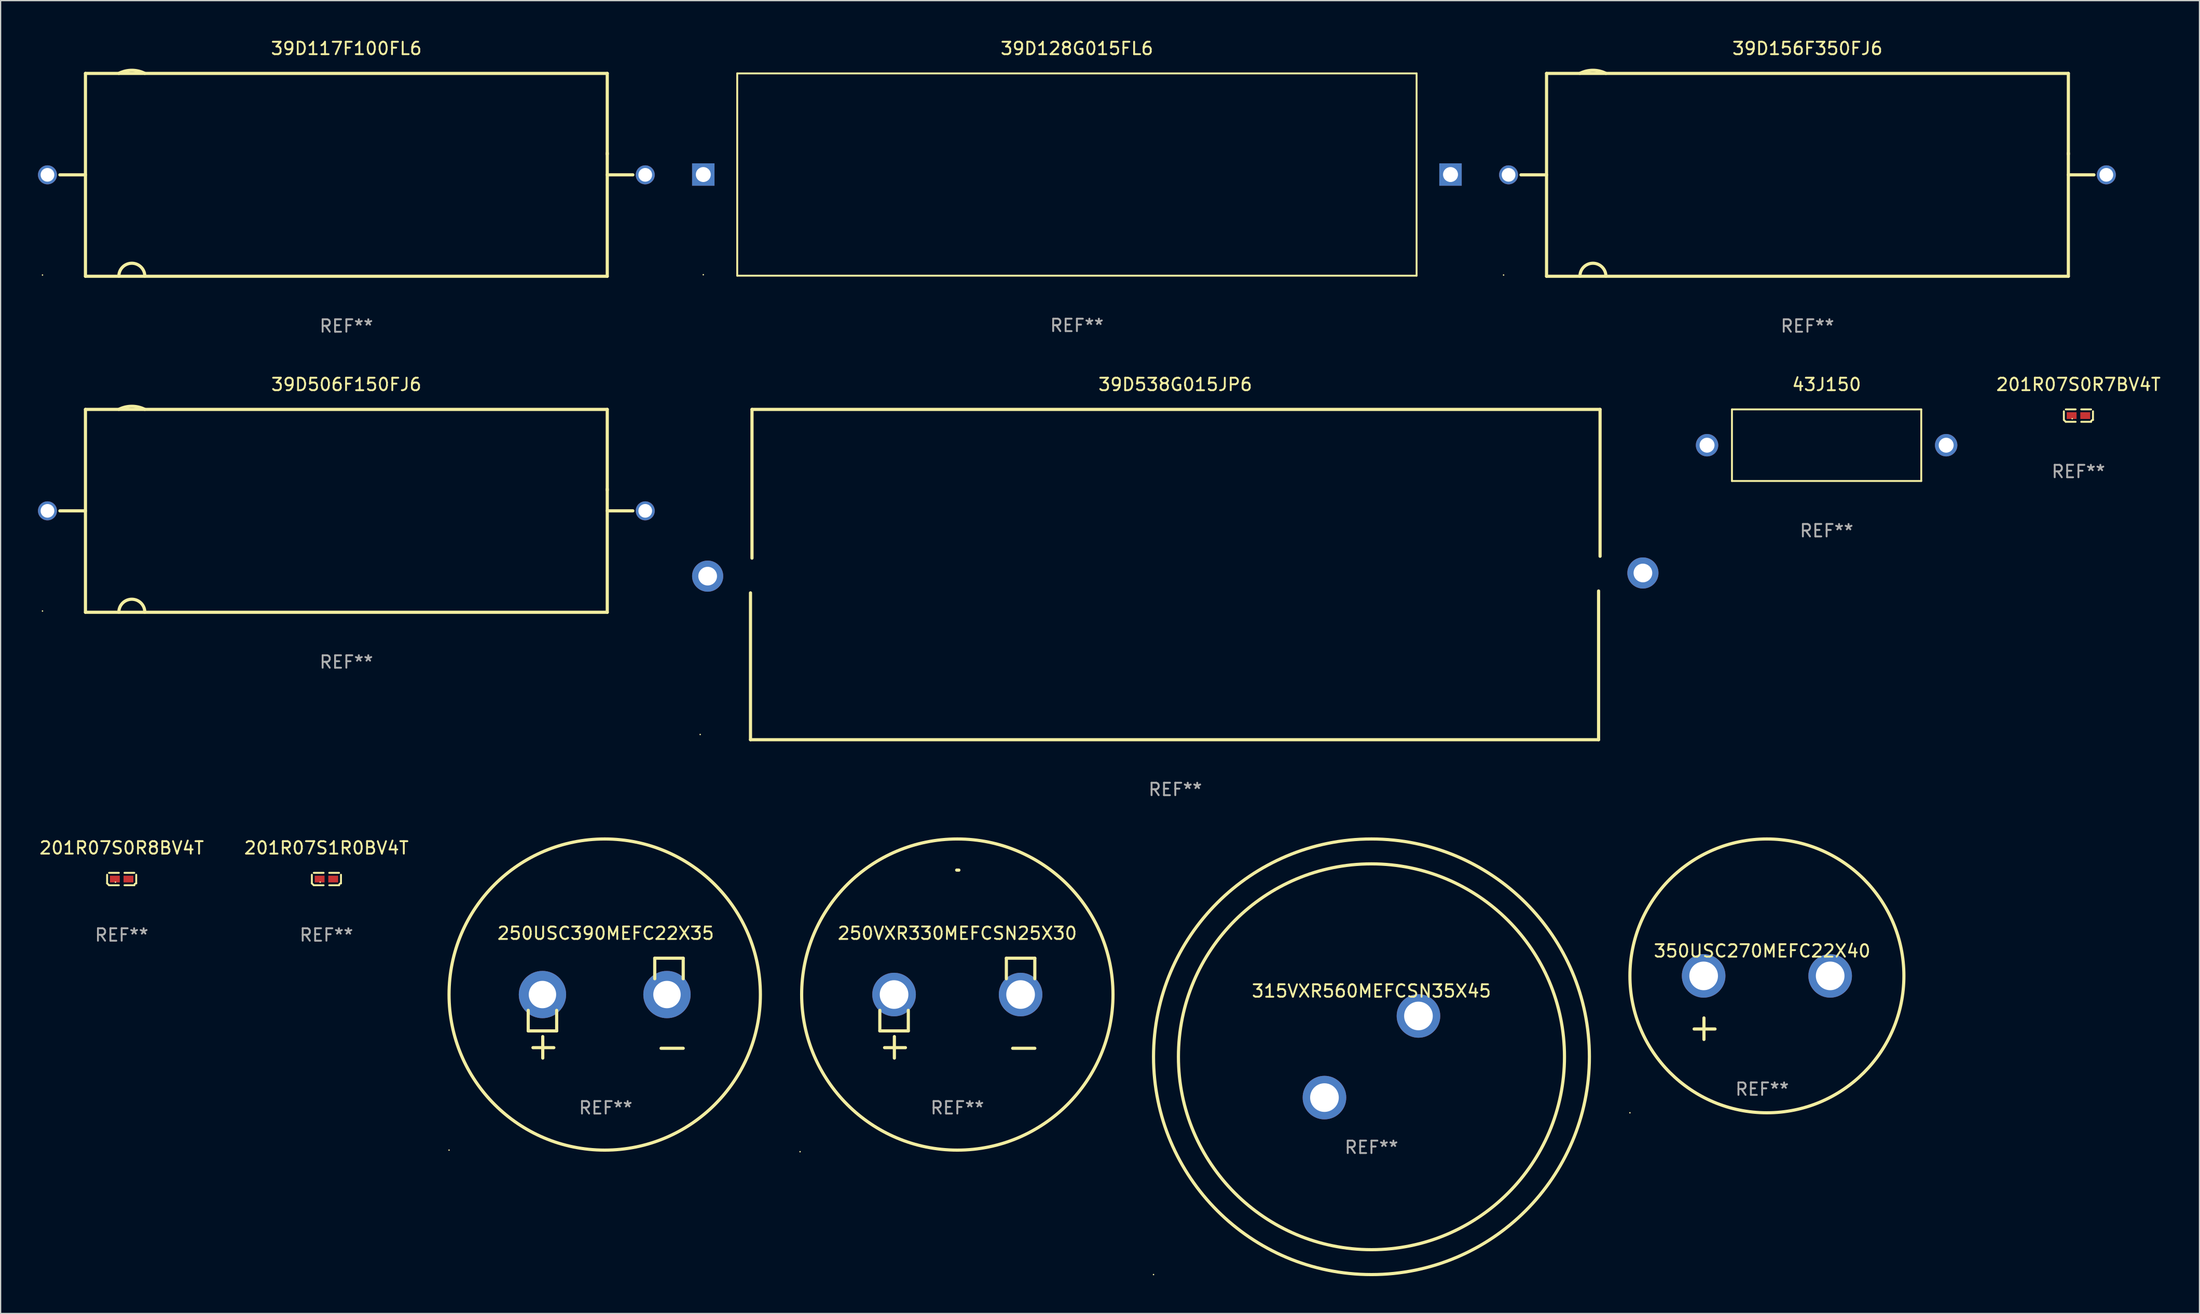
<source format=kicad_pcb>
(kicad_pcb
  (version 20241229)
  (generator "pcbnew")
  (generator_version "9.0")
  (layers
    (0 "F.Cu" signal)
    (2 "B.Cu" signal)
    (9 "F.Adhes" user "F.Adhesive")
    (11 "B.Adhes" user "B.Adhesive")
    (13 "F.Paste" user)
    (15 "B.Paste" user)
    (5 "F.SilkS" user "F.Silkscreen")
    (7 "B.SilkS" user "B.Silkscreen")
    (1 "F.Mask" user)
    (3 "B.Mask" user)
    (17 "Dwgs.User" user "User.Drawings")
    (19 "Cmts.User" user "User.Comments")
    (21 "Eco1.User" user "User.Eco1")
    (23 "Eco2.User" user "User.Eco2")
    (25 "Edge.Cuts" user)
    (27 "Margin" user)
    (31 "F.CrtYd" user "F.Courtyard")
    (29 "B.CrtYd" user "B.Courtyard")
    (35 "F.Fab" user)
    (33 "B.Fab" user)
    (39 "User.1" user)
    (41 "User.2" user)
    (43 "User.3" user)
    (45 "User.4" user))
  (footprint "39D538G015JP6"
    (layer "F.Cu")
    (at 91.324 43.115)
    (property "Reference" "39D538G015JP6" (at 0 -15.27 0) (layer "F.SilkS") (effects (font (size 1 1) (thickness 0.15))))
    (attr through_hole)
    (fp_line (start -34.11 13.27) (end -34.11 1.47) (stroke (width 0.254) (type solid)) (layer "F.SilkS"))
    (fp_line (start -33.99 -13.27) (end 34.11 -13.27) (stroke (width 0.254) (type solid)) (layer "F.SilkS"))
    (fp_line (start -33.99 -1.32) (end -33.99 -13.27) (stroke (width 0.254) (type solid)) (layer "F.SilkS"))
    (fp_line (start 33.99 1.32) (end 33.99 13.27) (stroke (width 0.254) (type solid)) (layer "F.SilkS"))
    (fp_line (start 33.99 13.27) (end -34.11 13.27) (stroke (width 0.254) (type solid)) (layer "F.SilkS"))
    (fp_line (start 34.11 -13.27) (end 34.11 -1.47) (stroke (width 0.254) (type solid)) (layer "F.SilkS"))
    (fp_circle (center -38.15 12.85) (end -38.12 12.85) (stroke (width 0.06) (type solid)) (fill no) (layer "F.SilkS"))
    (fp_text user "REF**" (at 0 17.27 0) (layer "F.Fab") (effects (font (size 1 1) (thickness 0.15))))
    (pad "1" thru_hole circle (at -37.55 0.127) (size 2.5 2.5) (drill 1.5) (layers "*.Cu" "*.Mask"))
    (pad "2" thru_hole circle (at 37.55 -0.127) (size 2.5 2.5) (drill 1.5) (layers "*.Cu" "*.Mask")))
  (footprint "315VXR560MEFCSN35X45"
    (layer "F.Cu")
    (at 107.076 81.86)
    (property "Reference" "315VXR560MEFCSN35X45" (at 0 -5.28 0) (layer "F.SilkS") (effects (font (size 1 1) (thickness 0.15))))
    (attr through_hole)
    (fp_circle (center -17.5 17.5) (end -17.47 17.5) (stroke (width 0.06) (type solid)) (fill no) (layer "F.SilkS"))
    (fp_circle (center 0.000127 0) (end 15.5 0) (stroke (width 0.254) (type solid)) (fill no) (layer "F.SilkS"))
    (fp_circle (center 0.000127 0) (end 17.5 0) (stroke (width 0.254) (type solid)) (fill no) (layer "F.SilkS"))
    (fp_text user "-" (at 3.792 -0.019 0) (layer "B.Mask") (effects (font (size 1 1) (thickness 0.15))))
    (fp_text user "+" (at -2.209 6.481 0) (layer "B.Mask") (effects (font (size 1 1) (thickness 0.15))))
    (fp_text user "REF**" (at 0 7.28 0) (layer "F.Fab") (effects (font (size 1 1) (thickness 0.15))))
    (pad "1" thru_hole circle (at -3.774 3.28) (size 3.5 3.5) (drill 2.3) (layers "*.Cu" "*.Mask"))
    (pad "2" thru_hole circle (at 3.774 -3.28) (size 3.5 3.5) (drill 2.3) (layers "*.Cu" "*.Mask")))
  (footprint "350USC270MEFC22X40"
    (layer "F.Cu")
    (at 138.449 77.913)
    (property "Reference" "350USC270MEFC22X40" (at 0 -4.553 0) (layer "F.SilkS") (effects (font (size 1 1) (thickness 0.15))))
    (attr through_hole)
    (fp_line (start -4.674 2.553) (end -4.674 0.826) (stroke (width 0.254) (type solid)) (layer "F.SilkS"))
    (fp_line (start -3.785 1.715) (end -5.461 1.715) (stroke (width 0.254) (type solid)) (layer "F.SilkS"))
    (fp_circle (center -10.619 8.447) (end -10.589 8.447) (stroke (width 0.06) (type solid)) (fill no) (layer "F.SilkS"))
    (fp_circle (center 0.381 -2.553) (end 11.381 -2.553) (stroke (width 0.254) (type solid)) (fill no) (layer "F.SilkS"))
    (fp_text user "REF**" (at 0 6.553 0) (layer "F.Fab") (effects (font (size 1 1) (thickness 0.15))))
    (pad "1" thru_hole circle (at -4.699 -2.553) (size 3.5 3.5) (drill 2.3) (layers "*.Cu" "*.Mask"))
    (pad "2" thru_hole circle (at 5.461 -2.553) (size 3.5 3.5) (drill 2.3) (layers "*.Cu" "*.Mask")))
  (footprint "39D117F100FL6"
    (layer "F.Cu")
    (at 24.762 10.998)
    (property "Reference" "39D117F100FL6" (at 0 -10.15 0) (layer "F.SilkS") (effects (font (size 1 1) (thickness 0.15))))
    (attr through_hole)
    (fp_line (start -23.007 -0.000013) (end -20.95 -0.000013) (stroke (width 0.254) (type solid)) (layer "F.SilkS"))
    (fp_line (start -20.95 -8.15) (end 20.95 -8.15) (stroke (width 0.254) (type solid)) (layer "F.SilkS"))
    (fp_line (start -20.95 8.15) (end -20.95 -8.15) (stroke (width 0.254) (type solid)) (layer "F.SilkS"))
    (fp_line (start 20.95 -8.15) (end 20.95 -1.65) (stroke (width 0.254) (type solid)) (layer "F.SilkS"))
    (fp_line (start 20.95 -1.75) (end 20.95 8.15) (stroke (width 0.254) (type solid)) (layer "F.SilkS"))
    (fp_line (start 20.95 8.15) (end -20.95 8.15) (stroke (width 0.254) (type solid)) (layer "F.SilkS"))
    (fp_line (start 23.007 -0.000013) (end 20.95 -0.000013) (stroke (width 0.254) (type solid)) (layer "F.SilkS"))
    (fp_arc (start -18.268783 -8.154191) (mid -17.226455 -8.400774) (end -16.183947 -8.154952) (stroke (width 0.254001) (type solid)) (layer "F.SilkS"))
    (fp_arc (start -18.268732 8.145047) (mid -17.226707 7.102629) (end -16.183896 8.14426) (stroke (width 0.254001) (type solid)) (layer "F.SilkS"))
    (fp_circle (center -24.4 8.05) (end -24.37 8.05) (stroke (width 0.06) (type solid)) (fill no) (layer "F.SilkS"))
    (fp_text user "+" (at -18.115 -4.67 0) (layer "B.Mask") (effects (font (size 1 1) (thickness 0.15))))
    (fp_text user "+" (at -18.115 0.945 0) (layer "B.Mask") (effects (font (size 1 1) (thickness 0.15))))
    (fp_text user "+" (at -18.115 6.395 0) (layer "B.Mask") (effects (font (size 1 1) (thickness 0.15))))
    (fp_text user "REF**" (at 0 12.15 0) (layer "F.Fab") (effects (font (size 1 1) (thickness 0.15))))
    (pad "1" thru_hole circle (at -24 -0.000013) (size 1.524 1.524) (drill 1.1) (layers "*.Cu" "*.Mask"))
    (pad "2" thru_hole circle (at 24 -0.000013) (size 1.524 1.524) (drill 1.1) (layers "*.Cu" "*.Mask")))
  (footprint "39D506F150FJ6"
    (layer "F.Cu")
    (at 24.762 37.995)
    (property "Reference" "39D506F150FJ6" (at 0 -10.15 0) (layer "F.SilkS") (effects (font (size 1 1) (thickness 0.15))))
    (attr through_hole)
    (fp_line (start -23.007 -0.000013) (end -20.95 -0.000013) (stroke (width 0.254) (type solid)) (layer "F.SilkS"))
    (fp_line (start -20.95 -8.15) (end 20.95 -8.15) (stroke (width 0.254) (type solid)) (layer "F.SilkS"))
    (fp_line (start -20.95 8.15) (end -20.95 -8.15) (stroke (width 0.254) (type solid)) (layer "F.SilkS"))
    (fp_line (start 20.95 -8.15) (end 20.95 -1.65) (stroke (width 0.254) (type solid)) (layer "F.SilkS"))
    (fp_line (start 20.95 -1.75) (end 20.95 8.15) (stroke (width 0.254) (type solid)) (layer "F.SilkS"))
    (fp_line (start 20.95 8.15) (end -20.95 8.15) (stroke (width 0.254) (type solid)) (layer "F.SilkS"))
    (fp_line (start 23.007 -0.000013) (end 20.95 -0.000013) (stroke (width 0.254) (type solid)) (layer "F.SilkS"))
    (fp_arc (start -18.268783 -8.154191) (mid -17.226455 -8.400774) (end -16.183947 -8.154952) (stroke (width 0.254001) (type solid)) (layer "F.SilkS"))
    (fp_arc (start -18.268732 8.145047) (mid -17.226707 7.102629) (end -16.183896 8.14426) (stroke (width 0.254001) (type solid)) (layer "F.SilkS"))
    (fp_circle (center -24.4 8.05) (end -24.37 8.05) (stroke (width 0.06) (type solid)) (fill no) (layer "F.SilkS"))
    (fp_text user "+" (at -18.115 6.395 0) (layer "B.Mask") (effects (font (size 1 1) (thickness 0.15))))
    (fp_text user "+" (at -18.115 0.945 0) (layer "B.Mask") (effects (font (size 1 1) (thickness 0.15))))
    (fp_text user "+" (at -18.115 -4.67 0) (layer "B.Mask") (effects (font (size 1 1) (thickness 0.15))))
    (fp_text user "REF**" (at 0 12.15 0) (layer "F.Fab") (effects (font (size 1 1) (thickness 0.15))))
    (pad "1" thru_hole circle (at -24 -0.000013) (size 1.524 1.524) (drill 1.1) (layers "*.Cu" "*.Mask"))
    (pad "2" thru_hole circle (at 24 -0.000013) (size 1.524 1.524) (drill 1.1) (layers "*.Cu" "*.Mask")))
  (footprint "201R07S0R8BV4T"
    (layer "F.Cu")
    (at 6.72 67.58)
    (property "Reference" "201R07S0R8BV4T" (at 0 -2.499 0) (layer "F.SilkS") (effects (font (size 1 1) (thickness 0.15))))
    (attr through_hole)
    (fp_line (start -1.169 0.346) (end -1.169 -0.346) (stroke (width 0.152) (type solid)) (layer "F.SilkS"))
    (fp_line (start -1.016 -0.499) (end -0.226 -0.499) (stroke (width 0.152) (type solid)) (layer "F.SilkS"))
    (fp_line (start -0.226 0.499) (end -1.016 0.499) (stroke (width 0.152) (type solid)) (layer "F.SilkS"))
    (fp_line (start 0.226 0.499) (end 1.016 0.499) (stroke (width 0.152) (type solid)) (layer "F.SilkS"))
    (fp_line (start 1.016 -0.499) (end 0.226 -0.499) (stroke (width 0.152) (type solid)) (layer "F.SilkS"))
    (fp_line (start 1.169 0.346) (end 1.169 -0.346) (stroke (width 0.152) (type solid)) (layer "F.SilkS"))
    (fp_arc (start -1.016307 0.498603) (mid -1.092512 0.422405) (end -1.16871 0.3462) (stroke (width 0.1524) (type solid)) (layer "F.SilkS"))
    (fp_arc (start 1.016307 0.498603) (mid 1.060899 0.390758) (end 1.168707 0.346076) (stroke (width 0.1524) (type solid)) (layer "F.SilkS"))
    (fp_circle (center -0.5 0.25) (end -0.47 0.25) (stroke (width 0.06) (type solid)) (fill no) (layer "F.SilkS"))
    (fp_text user "REF**" (at 0 4.499 0) (layer "F.Fab") (effects (font (size 1 1) (thickness 0.15))))
    (pad "1" smd rect (at -0.545 0) (size 0.79 0.54) (layers "F.Cu" "F.Mask" "F.Paste"))
    (pad "2" smd rect (at 0.545 0) (size 0.79 0.54) (layers "F.Cu" "F.Mask" "F.Paste")))
  (footprint "43J150"
    (layer "F.Cu")
    (at 143.624 32.721)
    (property "Reference" "43J150" (at 0 -4.876 0) (layer "F.SilkS") (effects (font (size 1 1) (thickness 0.15))))
    (attr through_hole)
    (fp_line (start -7.6 -2.876) (end 7.6 -2.876) (stroke (width 0.152) (type solid)) (layer "F.SilkS"))
    (fp_line (start -7.6 2.876) (end -7.6 -2.876) (stroke (width 0.152) (type solid)) (layer "F.SilkS"))
    (fp_line (start 7.6 -2.876) (end 7.6 2.876) (stroke (width 0.152) (type solid)) (layer "F.SilkS"))
    (fp_line (start 7.6 2.876) (end -7.6 2.876) (stroke (width 0.152) (type solid)) (layer "F.SilkS"))
    (fp_text user "REF**" (at 0 6.876 0) (layer "F.Fab") (effects (font (size 1 1) (thickness 0.15))))
    (pad "1" thru_hole circle (at -9.6 0) (size 1.8 1.8) (drill 1.2) (layers "*.Cu" "*.Mask"))
    (pad "2" thru_hole circle (at 9.6 0) (size 1.8 1.8) (drill 1.2) (layers "*.Cu" "*.Mask")))
  (footprint "250USC390MEFC22X35"
    (layer "F.Cu")
    (at 45.588 77.952)
    (property "Reference" "250USC390MEFC22X35" (at 0 -6.013 0) (layer "F.SilkS") (effects (font (size 1 1) (thickness 0.15))))
    (attr through_hole)
    (fp_line (start -6.223 0.178) (end -6.223 1.829) (stroke (width 0.254) (type solid)) (layer "F.SilkS"))
    (fp_line (start -6.223 1.829) (end -3.937 1.829) (stroke (width 0.254) (type solid)) (layer "F.SilkS"))
    (fp_line (start -5.055 4.013) (end -5.055 2.286) (stroke (width 0.254) (type solid)) (layer "F.SilkS"))
    (fp_line (start -4.166 3.175) (end -5.842 3.175) (stroke (width 0.254) (type solid)) (layer "F.SilkS"))
    (fp_line (start -3.937 1.829) (end -3.937 0.178) (stroke (width 0.254) (type solid)) (layer "F.SilkS"))
    (fp_line (start 3.937 -4.013) (end 3.937 -2.362) (stroke (width 0.254) (type solid)) (layer "F.SilkS"))
    (fp_line (start 6.223 -4.013) (end 3.937 -4.013) (stroke (width 0.254) (type solid)) (layer "F.SilkS"))
    (fp_line (start 6.223 -2.362) (end 6.223 -4.013) (stroke (width 0.254) (type solid)) (layer "F.SilkS"))
    (fp_line (start 6.223 3.226) (end 4.445 3.226) (stroke (width 0.254) (type solid)) (layer "F.SilkS"))
    (fp_circle (center -12.58 11.408) (end -12.55 11.408) (stroke (width 0.06) (type solid)) (fill no) (layer "F.SilkS"))
    (fp_circle (center -0.08 -1.092) (end 12.42 -1.092) (stroke (width 0.254) (type solid)) (fill no) (layer "F.SilkS"))
    (fp_text user "REF**" (at 0 8.013 0) (layer "F.Fab") (effects (font (size 1 1) (thickness 0.15))))
    (pad "1" thru_hole circle (at -5.08 -1.092) (size 3.8 3.8) (drill 2.2) (layers "*.Cu" "*.Mask"))
    (pad "2" thru_hole circle (at 4.92 -1.092) (size 3.8 3.8) (drill 2.2) (layers "*.Cu" "*.Mask")))
  (footprint "201R07S0R7BV4T"
    (layer "F.Cu")
    (at 163.845 30.343)
    (property "Reference" "201R07S0R7BV4T" (at 0 -2.499 0) (layer "F.SilkS") (effects (font (size 1 1) (thickness 0.15))))
    (attr through_hole)
    (fp_line (start -1.169 0.346) (end -1.169 -0.346) (stroke (width 0.152) (type solid)) (layer "F.SilkS"))
    (fp_line (start -1.016 -0.499) (end -0.226 -0.499) (stroke (width 0.152) (type solid)) (layer "F.SilkS"))
    (fp_line (start -0.226 0.499) (end -1.016 0.499) (stroke (width 0.152) (type solid)) (layer "F.SilkS"))
    (fp_line (start 0.226 0.499) (end 1.016 0.499) (stroke (width 0.152) (type solid)) (layer "F.SilkS"))
    (fp_line (start 1.016 -0.499) (end 0.226 -0.499) (stroke (width 0.152) (type solid)) (layer "F.SilkS"))
    (fp_line (start 1.169 0.346) (end 1.169 -0.346) (stroke (width 0.152) (type solid)) (layer "F.SilkS"))
    (fp_arc (start -1.016307 0.498603) (mid -1.092512 0.422405) (end -1.16871 0.3462) (stroke (width 0.1524) (type solid)) (layer "F.SilkS"))
    (fp_arc (start 1.016307 0.498603) (mid 1.060899 0.390758) (end 1.168707 0.346076) (stroke (width 0.1524) (type solid)) (layer "F.SilkS"))
    (fp_circle (center -0.5 0.25) (end -0.47 0.25) (stroke (width 0.06) (type solid)) (fill no) (layer "F.SilkS"))
    (fp_text user "REF**" (at 0 4.499 0) (layer "F.Fab") (effects (font (size 1 1) (thickness 0.15))))
    (pad "1" smd rect (at -0.545 0) (size 0.79 0.54) (layers "F.Cu" "F.Mask" "F.Paste"))
    (pad "2" smd rect (at 0.545 0) (size 0.79 0.54) (layers "F.Cu" "F.Mask" "F.Paste")))
  (footprint "201R07S1R0BV4T"
    (layer "F.Cu")
    (at 23.161 67.58)
    (property "Reference" "201R07S1R0BV4T" (at 0 -2.499 0) (layer "F.SilkS") (effects (font (size 1 1) (thickness 0.15))))
    (attr through_hole)
    (fp_line (start -1.169 0.346) (end -1.169 -0.346) (stroke (width 0.152) (type solid)) (layer "F.SilkS"))
    (fp_line (start -1.016 -0.499) (end -0.226 -0.499) (stroke (width 0.152) (type solid)) (layer "F.SilkS"))
    (fp_line (start -0.226 0.499) (end -1.016 0.499) (stroke (width 0.152) (type solid)) (layer "F.SilkS"))
    (fp_line (start 0.226 0.499) (end 1.016 0.499) (stroke (width 0.152) (type solid)) (layer "F.SilkS"))
    (fp_line (start 1.016 -0.499) (end 0.226 -0.499) (stroke (width 0.152) (type solid)) (layer "F.SilkS"))
    (fp_line (start 1.169 0.346) (end 1.169 -0.346) (stroke (width 0.152) (type solid)) (layer "F.SilkS"))
    (fp_arc (start -1.016307 0.498603) (mid -1.092512 0.422405) (end -1.16871 0.3462) (stroke (width 0.1524) (type solid)) (layer "F.SilkS"))
    (fp_arc (start 1.016307 0.498603) (mid 1.060899 0.390758) (end 1.168707 0.346076) (stroke (width 0.1524) (type solid)) (layer "F.SilkS"))
    (fp_circle (center -0.5 0.25) (end -0.47 0.25) (stroke (width 0.06) (type solid)) (fill no) (layer "F.SilkS"))
    (fp_text user "REF**" (at 0 4.499 0) (layer "F.Fab") (effects (font (size 1 1) (thickness 0.15))))
    (pad "1" smd rect (at -0.545 0) (size 0.79 0.54) (layers "F.Cu" "F.Mask" "F.Paste"))
    (pad "2" smd rect (at 0.545 0) (size 0.79 0.54) (layers "F.Cu" "F.Mask" "F.Paste")))
  (footprint "39D128G015FL6"
    (layer "F.Cu")
    (at 83.424 10.974)
    (property "Reference" "39D128G015FL6" (at 0 -10.126 0) (layer "F.SilkS") (effects (font (size 1 1) (thickness 0.15))))
    (attr through_hole)
    (fp_line (start -27.276 -8.126) (end 27.276 -8.126) (stroke (width 0.152) (type solid)) (layer "F.SilkS"))
    (fp_line (start -27.276 8.126) (end -27.276 -8.126) (stroke (width 0.152) (type solid)) (layer "F.SilkS"))
    (fp_line (start 27.276 -8.126) (end 27.276 8.126) (stroke (width 0.152) (type solid)) (layer "F.SilkS"))
    (fp_line (start 27.276 8.126) (end -27.276 8.126) (stroke (width 0.152) (type solid)) (layer "F.SilkS"))
    (fp_circle (center -30 8.05) (end -29.97 8.05) (stroke (width 0.06) (type solid)) (fill no) (layer "F.SilkS"))
    (fp_text user "REF**" (at 0 12.126 0) (layer "F.Fab") (effects (font (size 1 1) (thickness 0.15))))
    (pad "1" thru_hole rect (at -30 0) (size 1.8 1.8) (drill 1.2) (layers "*.Cu" "*.Mask"))
    (pad "2" thru_hole rect (at 30 0 180) (size 1.8 1.8) (drill 1.2) (layers "*.Cu" "*.Mask")))
  (footprint "250VXR330MEFCSN25X30"
    (layer "F.Cu")
    (at 73.822 77.952)
    (property "Reference" "250VXR330MEFCSN25X30" (at 0 -6.013 0) (layer "F.SilkS") (effects (font (size 1 1) (thickness 0.15))))
    (attr through_hole)
    (fp_line (start -6.223 0.178) (end -6.223 1.829) (stroke (width 0.254) (type solid)) (layer "F.SilkS"))
    (fp_line (start -6.223 1.829) (end -3.937 1.829) (stroke (width 0.254) (type solid)) (layer "F.SilkS"))
    (fp_line (start -5.055 4.013) (end -5.055 2.286) (stroke (width 0.254) (type solid)) (layer "F.SilkS"))
    (fp_line (start -4.166 3.175) (end -5.842 3.175) (stroke (width 0.254) (type solid)) (layer "F.SilkS"))
    (fp_line (start -3.937 1.829) (end -3.937 0.178) (stroke (width 0.254) (type solid)) (layer "F.SilkS"))
    (fp_line (start 3.937 -4.013) (end 3.937 -2.362) (stroke (width 0.254) (type solid)) (layer "F.SilkS"))
    (fp_line (start 6.223 -4.013) (end 3.937 -4.013) (stroke (width 0.254) (type solid)) (layer "F.SilkS"))
    (fp_line (start 6.223 -2.362) (end 6.223 -4.013) (stroke (width 0.254) (type solid)) (layer "F.SilkS"))
    (fp_line (start 6.223 3.226) (end 4.445 3.226) (stroke (width 0.254) (type solid)) (layer "F.SilkS"))
    (fp_arc (start -0.0508 -11.092202) (mid 0.036835 -11.091307) (end 0.12446 -11.089662) (stroke (width 0.254001) (type solid)) (layer "F.SilkS"))
    (fp_circle (center -12.627 11.535) (end -12.597 11.535) (stroke (width 0.06) (type solid)) (fill no) (layer "F.SilkS"))
    (fp_circle (center 0 -1.092) (end 12.5 -1.092) (stroke (width 0.254) (type solid)) (fill no) (layer "F.SilkS"))
    (fp_text user "REF**" (at 0 8.013 0) (layer "F.Fab") (effects (font (size 1 1) (thickness 0.15))))
    (pad "1" thru_hole circle (at -5.08 -1.092) (size 3.5 3.5) (drill 2.3) (layers "*.Cu" "*.Mask"))
    (pad "2" thru_hole circle (at 5.08 -1.092) (size 3.5 3.5) (drill 2.3) (layers "*.Cu" "*.Mask")))
  (footprint "39D156F350FJ6"
    (layer "F.Cu")
    (at 142.086 10.998)
    (property "Reference" "39D156F350FJ6" (at 0 -10.15 0) (layer "F.SilkS") (effects (font (size 1 1) (thickness 0.15))))
    (attr through_hole)
    (fp_line (start -23.007 -0.000013) (end -20.95 -0.000013) (stroke (width 0.254) (type solid)) (layer "F.SilkS"))
    (fp_line (start -20.95 -8.15) (end 20.95 -8.15) (stroke (width 0.254) (type solid)) (layer "F.SilkS"))
    (fp_line (start -20.95 8.15) (end -20.95 -8.15) (stroke (width 0.254) (type solid)) (layer "F.SilkS"))
    (fp_line (start 20.95 -8.15) (end 20.95 -1.65) (stroke (width 0.254) (type solid)) (layer "F.SilkS"))
    (fp_line (start 20.95 -1.75) (end 20.95 8.15) (stroke (width 0.254) (type solid)) (layer "F.SilkS"))
    (fp_line (start 20.95 8.15) (end -20.95 8.15) (stroke (width 0.254) (type solid)) (layer "F.SilkS"))
    (fp_line (start 23.007 -0.000013) (end 20.95 -0.000013) (stroke (width 0.254) (type solid)) (layer "F.SilkS"))
    (fp_arc (start -18.268783 -8.154191) (mid -17.226455 -8.400774) (end -16.183947 -8.154952) (stroke (width 0.254001) (type solid)) (layer "F.SilkS"))
    (fp_arc (start -18.268732 8.145047) (mid -17.226707 7.102629) (end -16.183896 8.14426) (stroke (width 0.254001) (type solid)) (layer "F.SilkS"))
    (fp_circle (center -24.4 8.05) (end -24.37 8.05) (stroke (width 0.06) (type solid)) (fill no) (layer "F.SilkS"))
    (fp_text user "+" (at -18.115 6.395 0) (layer "B.Mask") (effects (font (size 1 1) (thickness 0.15))))
    (fp_text user "+" (at -18.115 0.945 0) (layer "B.Mask") (effects (font (size 1 1) (thickness 0.15))))
    (fp_text user "+" (at -18.115 -4.67 0) (layer "B.Mask") (effects (font (size 1 1) (thickness 0.15))))
    (fp_text user "REF**" (at 0 12.15 0) (layer "F.Fab") (effects (font (size 1 1) (thickness 0.15))))
    (pad "1" thru_hole circle (at -24 -0.000013) (size 1.524 1.524) (drill 1.1) (layers "*.Cu" "*.Mask"))
    (pad "2" thru_hole circle (at 24 -0.000013) (size 1.524 1.524) (drill 1.1) (layers "*.Cu" "*.Mask")))
  (gr_rect
    (start -3 -3)
    (end 173.565 102.487)
    (stroke (width 0.1) (type default))
    (fill no)
    (layer "Edge.Cuts")))
</source>
